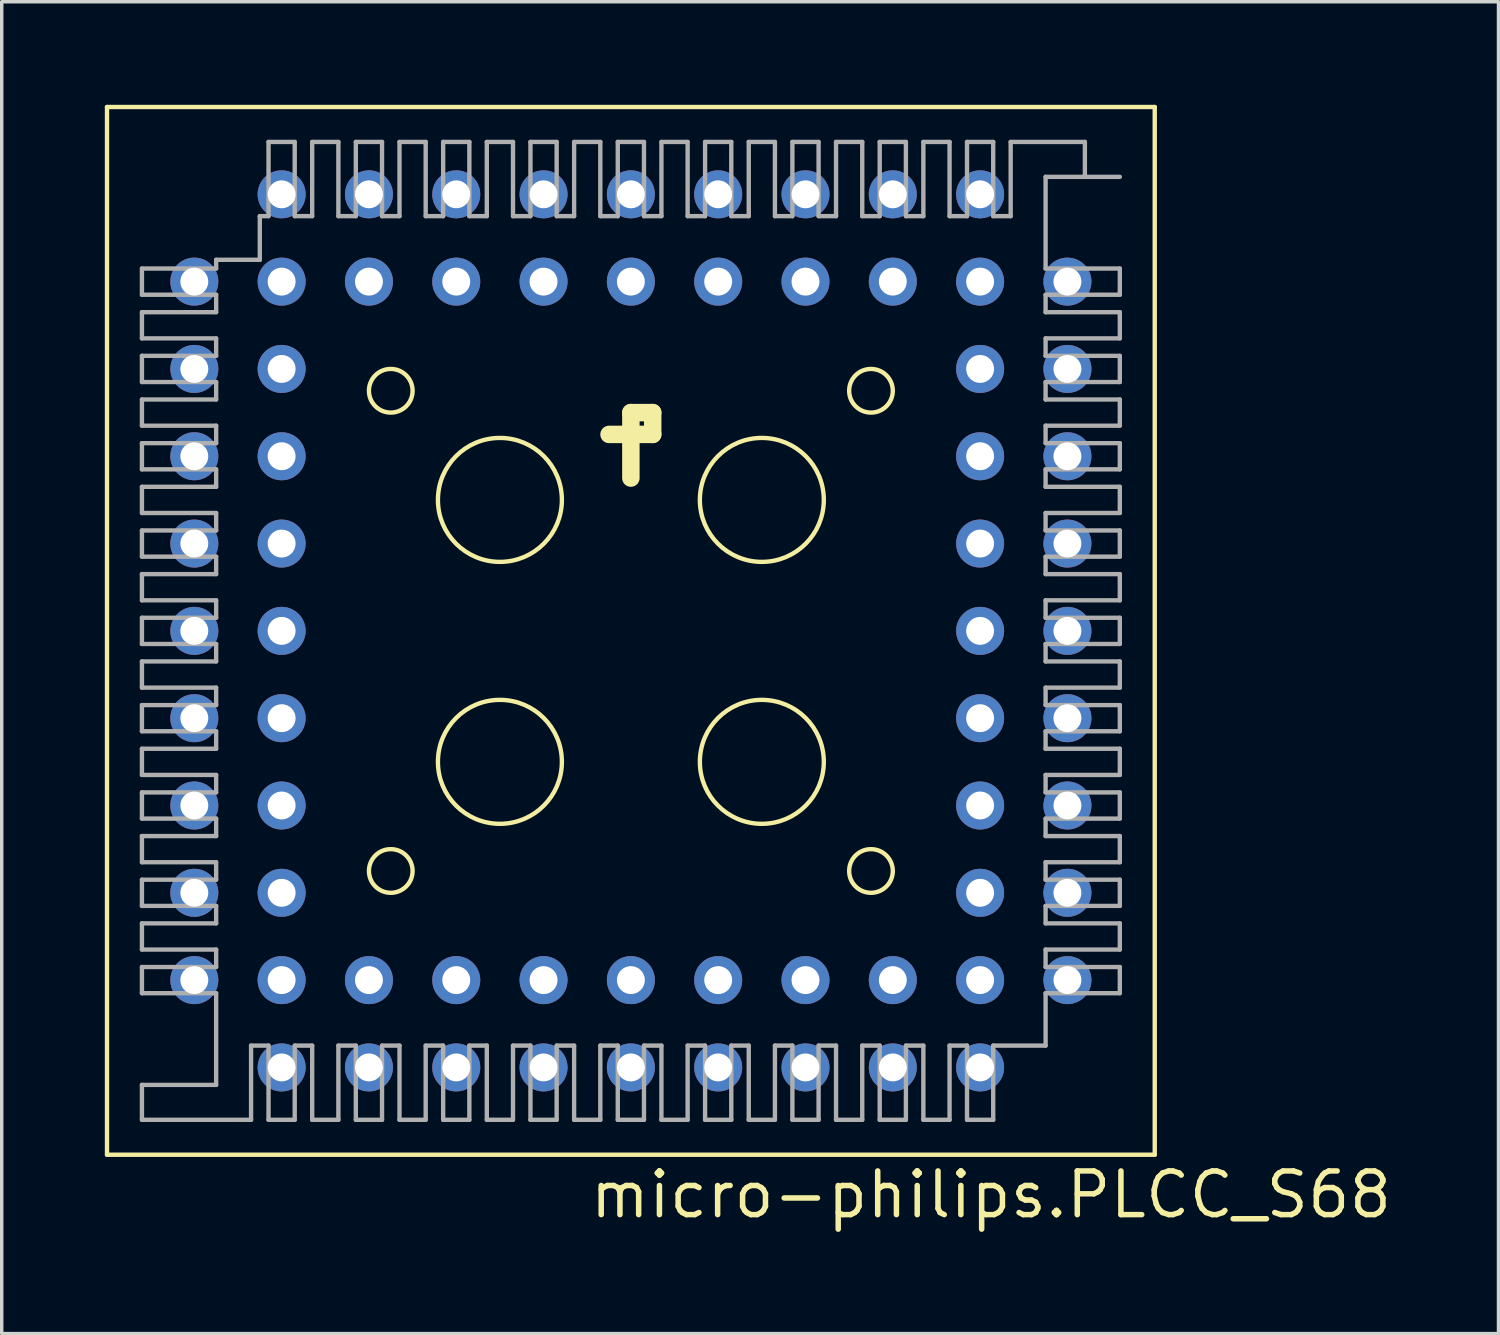
<source format=kicad_pcb>
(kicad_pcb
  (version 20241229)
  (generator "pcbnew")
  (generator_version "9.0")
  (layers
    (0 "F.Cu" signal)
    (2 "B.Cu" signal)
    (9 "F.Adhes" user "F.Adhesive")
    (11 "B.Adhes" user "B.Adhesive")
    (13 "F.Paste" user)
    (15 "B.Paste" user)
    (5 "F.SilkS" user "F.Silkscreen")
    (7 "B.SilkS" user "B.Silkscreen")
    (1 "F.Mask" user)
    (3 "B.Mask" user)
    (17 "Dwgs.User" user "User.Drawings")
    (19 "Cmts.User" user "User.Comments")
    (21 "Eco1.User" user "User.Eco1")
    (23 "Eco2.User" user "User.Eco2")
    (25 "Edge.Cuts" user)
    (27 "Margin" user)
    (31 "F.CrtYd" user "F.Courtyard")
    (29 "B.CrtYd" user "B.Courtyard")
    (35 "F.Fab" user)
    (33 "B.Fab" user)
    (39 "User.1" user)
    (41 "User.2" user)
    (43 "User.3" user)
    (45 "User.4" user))
  (footprint "micro-philips.PLCC_S68"
    (layer "F.Cu")
    (at 15.303 15.303)
    (property "Reference" "micro-philips.PLCC_S68" (at -1.27 17.145 0) (layer "F.SilkS") (effects (font (size 1.27 1.27) (thickness 0.16)) (justify left bottom)))
    (attr through_hole)
    (fp_line (start -15.24 -15.24) (end -15.24 15.24) (stroke (width 0.127) (type default)) (layer "F.SilkS"))
    (fp_line (start -0.635 -5.715) (end 0 -5.715) (stroke (width 0.508) (type default)) (layer "F.SilkS"))
    (fp_line (start 0 -6.35) (end 0.635 -6.35) (stroke (width 0.508) (type default)) (layer "F.SilkS"))
    (fp_line (start 0 -5.715) (end 0 -6.35) (stroke (width 0.508) (type default)) (layer "F.SilkS"))
    (fp_line (start 0 -5.715) (end 0 -4.445) (stroke (width 0.508) (type default)) (layer "F.SilkS"))
    (fp_line (start 0.635 -6.35) (end 0.635 -5.715) (stroke (width 0.508) (type default)) (layer "F.SilkS"))
    (fp_line (start 0.635 -5.715) (end 0 -5.715) (stroke (width 0.508) (type default)) (layer "F.SilkS"))
    (fp_line (start 15.24 -15.24) (end -15.24 -15.24) (stroke (width 0.127) (type default)) (layer "F.SilkS"))
    (fp_line (start 15.24 15.24) (end -15.24 15.24) (stroke (width 0.127) (type default)) (layer "F.SilkS"))
    (fp_line (start 15.24 15.24) (end 15.24 -15.24) (stroke (width 0.127) (type default)) (layer "F.SilkS"))
    (fp_circle (center -6.985 -6.985) (end -6.35 -6.985) (stroke (width 0.127) (type default)) (fill no) (layer "F.SilkS"))
    (fp_circle (center -6.985 6.985) (end -6.35 6.985) (stroke (width 0.127) (type default)) (fill no) (layer "F.SilkS"))
    (fp_circle (center -3.81 -3.81) (end -2.007 -3.81) (stroke (width 0.127) (type default)) (fill no) (layer "F.SilkS"))
    (fp_circle (center -3.81 3.81) (end -2.007 3.81) (stroke (width 0.127) (type default)) (fill no) (layer "F.SilkS"))
    (fp_circle (center 3.81 -3.81) (end 5.613 -3.81) (stroke (width 0.127) (type default)) (fill no) (layer "F.SilkS"))
    (fp_circle (center 3.81 3.81) (end 5.613 3.81) (stroke (width 0.127) (type default)) (fill no) (layer "F.SilkS"))
    (fp_circle (center 6.985 -6.985) (end 7.62 -6.985) (stroke (width 0.127) (type default)) (fill no) (layer "F.SilkS"))
    (fp_circle (center 6.985 6.985) (end 7.62 6.985) (stroke (width 0.127) (type default)) (fill no) (layer "F.SilkS"))
    (fp_line (start -14.224 -10.541) (end -14.224 -9.779) (stroke (width 0.127) (type default)) (layer "F.Fab"))
    (fp_line (start -14.224 -10.541) (end -12.065 -10.541) (stroke (width 0.127) (type default)) (layer "F.Fab"))
    (fp_line (start -14.224 -9.271) (end -14.224 -8.509) (stroke (width 0.127) (type default)) (layer "F.Fab"))
    (fp_line (start -14.224 -9.271) (end -12.065 -9.271) (stroke (width 0.127) (type default)) (layer "F.Fab"))
    (fp_line (start -14.224 -7.239) (end -14.224 -8.001) (stroke (width 0.127) (type default)) (layer "F.Fab"))
    (fp_line (start -14.224 -7.239) (end -12.065 -7.239) (stroke (width 0.127) (type default)) (layer "F.Fab"))
    (fp_line (start -14.224 -6.731) (end -14.224 -5.969) (stroke (width 0.127) (type default)) (layer "F.Fab"))
    (fp_line (start -14.224 -6.731) (end -12.065 -6.731) (stroke (width 0.127) (type default)) (layer "F.Fab"))
    (fp_line (start -14.224 -5.461) (end -14.224 -4.699) (stroke (width 0.127) (type default)) (layer "F.Fab"))
    (fp_line (start -14.224 -5.461) (end -12.065 -5.461) (stroke (width 0.127) (type default)) (layer "F.Fab"))
    (fp_line (start -14.224 -4.191) (end -14.224 -3.429) (stroke (width 0.127) (type default)) (layer "F.Fab"))
    (fp_line (start -14.224 -4.191) (end -12.065 -4.191) (stroke (width 0.127) (type default)) (layer "F.Fab"))
    (fp_line (start -14.224 -2.921) (end -14.224 -2.159) (stroke (width 0.127) (type default)) (layer "F.Fab"))
    (fp_line (start -14.224 -2.921) (end -12.065 -2.921) (stroke (width 0.127) (type default)) (layer "F.Fab"))
    (fp_line (start -14.224 -0.889) (end -14.224 -1.651) (stroke (width 0.127) (type default)) (layer "F.Fab"))
    (fp_line (start -14.224 -0.889) (end -12.065 -0.889) (stroke (width 0.127) (type default)) (layer "F.Fab"))
    (fp_line (start -14.224 0.381) (end -14.224 -0.381) (stroke (width 0.127) (type default)) (layer "F.Fab"))
    (fp_line (start -14.224 0.381) (end -12.065 0.381) (stroke (width 0.127) (type default)) (layer "F.Fab"))
    (fp_line (start -14.224 1.651) (end -14.224 0.889) (stroke (width 0.127) (type default)) (layer "F.Fab"))
    (fp_line (start -14.224 1.651) (end -12.065 1.651) (stroke (width 0.127) (type default)) (layer "F.Fab"))
    (fp_line (start -14.224 2.921) (end -14.224 2.159) (stroke (width 0.127) (type default)) (layer "F.Fab"))
    (fp_line (start -14.224 2.921) (end -12.065 2.921) (stroke (width 0.127) (type default)) (layer "F.Fab"))
    (fp_line (start -14.224 4.191) (end -14.224 3.429) (stroke (width 0.127) (type default)) (layer "F.Fab"))
    (fp_line (start -14.224 4.191) (end -12.065 4.191) (stroke (width 0.127) (type default)) (layer "F.Fab"))
    (fp_line (start -14.224 5.461) (end -14.224 4.699) (stroke (width 0.127) (type default)) (layer "F.Fab"))
    (fp_line (start -14.224 5.461) (end -12.065 5.461) (stroke (width 0.127) (type default)) (layer "F.Fab"))
    (fp_line (start -14.224 5.969) (end -14.224 6.731) (stroke (width 0.127) (type default)) (layer "F.Fab"))
    (fp_line (start -14.224 5.969) (end -12.065 5.969) (stroke (width 0.127) (type default)) (layer "F.Fab"))
    (fp_line (start -14.224 7.239) (end -14.224 8.001) (stroke (width 0.127) (type default)) (layer "F.Fab"))
    (fp_line (start -14.224 7.239) (end -12.065 7.239) (stroke (width 0.127) (type default)) (layer "F.Fab"))
    (fp_line (start -14.224 8.509) (end -14.224 9.271) (stroke (width 0.127) (type default)) (layer "F.Fab"))
    (fp_line (start -14.224 8.509) (end -12.065 8.509) (stroke (width 0.127) (type default)) (layer "F.Fab"))
    (fp_line (start -14.224 9.779) (end -12.065 9.779) (stroke (width 0.127) (type default)) (layer "F.Fab"))
    (fp_line (start -14.224 10.541) (end -14.224 9.779) (stroke (width 0.127) (type default)) (layer "F.Fab"))
    (fp_line (start -14.224 10.541) (end -12.065 10.541) (stroke (width 0.127) (type default)) (layer "F.Fab"))
    (fp_line (start -14.224 13.208) (end -12.065 13.208) (stroke (width 0.127) (type default)) (layer "F.Fab"))
    (fp_line (start -14.224 14.224) (end -14.224 13.208) (stroke (width 0.127) (type default)) (layer "F.Fab"))
    (fp_line (start -14.224 14.224) (end -11.049 14.224) (stroke (width 0.127) (type default)) (layer "F.Fab"))
    (fp_line (start -12.065 -10.795) (end -10.795 -10.795) (stroke (width 0.127) (type default)) (layer "F.Fab"))
    (fp_line (start -12.065 -10.541) (end -12.065 -10.795) (stroke (width 0.127) (type default)) (layer "F.Fab"))
    (fp_line (start -12.065 -9.779) (end -14.224 -9.779) (stroke (width 0.127) (type default)) (layer "F.Fab"))
    (fp_line (start -12.065 -9.779) (end -12.065 -9.271) (stroke (width 0.127) (type default)) (layer "F.Fab"))
    (fp_line (start -12.065 -8.509) (end -14.224 -8.509) (stroke (width 0.127) (type default)) (layer "F.Fab"))
    (fp_line (start -12.065 -8.001) (end -14.224 -8.001) (stroke (width 0.127) (type default)) (layer "F.Fab"))
    (fp_line (start -12.065 -8.001) (end -12.065 -8.509) (stroke (width 0.127) (type default)) (layer "F.Fab"))
    (fp_line (start -12.065 -6.731) (end -12.065 -7.239) (stroke (width 0.127) (type default)) (layer "F.Fab"))
    (fp_line (start -12.065 -5.969) (end -14.224 -5.969) (stroke (width 0.127) (type default)) (layer "F.Fab"))
    (fp_line (start -12.065 -5.969) (end -12.065 -5.461) (stroke (width 0.127) (type default)) (layer "F.Fab"))
    (fp_line (start -12.065 -4.699) (end -14.224 -4.699) (stroke (width 0.127) (type default)) (layer "F.Fab"))
    (fp_line (start -12.065 -4.699) (end -12.065 -4.191) (stroke (width 0.127) (type default)) (layer "F.Fab"))
    (fp_line (start -12.065 -3.429) (end -14.224 -3.429) (stroke (width 0.127) (type default)) (layer "F.Fab"))
    (fp_line (start -12.065 -3.429) (end -12.065 -2.921) (stroke (width 0.127) (type default)) (layer "F.Fab"))
    (fp_line (start -12.065 -2.159) (end -14.224 -2.159) (stroke (width 0.127) (type default)) (layer "F.Fab"))
    (fp_line (start -12.065 -2.159) (end -12.065 -1.651) (stroke (width 0.127) (type default)) (layer "F.Fab"))
    (fp_line (start -12.065 -1.651) (end -14.224 -1.651) (stroke (width 0.127) (type default)) (layer "F.Fab"))
    (fp_line (start -12.065 -0.381) (end -14.224 -0.381) (stroke (width 0.127) (type default)) (layer "F.Fab"))
    (fp_line (start -12.065 -0.381) (end -12.065 -0.889) (stroke (width 0.127) (type default)) (layer "F.Fab"))
    (fp_line (start -12.065 0.889) (end -14.224 0.889) (stroke (width 0.127) (type default)) (layer "F.Fab"))
    (fp_line (start -12.065 0.889) (end -12.065 0.381) (stroke (width 0.127) (type default)) (layer "F.Fab"))
    (fp_line (start -12.065 2.159) (end -14.224 2.159) (stroke (width 0.127) (type default)) (layer "F.Fab"))
    (fp_line (start -12.065 2.159) (end -12.065 1.651) (stroke (width 0.127) (type default)) (layer "F.Fab"))
    (fp_line (start -12.065 3.429) (end -14.224 3.429) (stroke (width 0.127) (type default)) (layer "F.Fab"))
    (fp_line (start -12.065 3.429) (end -12.065 2.921) (stroke (width 0.127) (type default)) (layer "F.Fab"))
    (fp_line (start -12.065 4.699) (end -14.224 4.699) (stroke (width 0.127) (type default)) (layer "F.Fab"))
    (fp_line (start -12.065 4.699) (end -12.065 4.191) (stroke (width 0.127) (type default)) (layer "F.Fab"))
    (fp_line (start -12.065 5.461) (end -12.065 5.969) (stroke (width 0.127) (type default)) (layer "F.Fab"))
    (fp_line (start -12.065 6.731) (end -14.224 6.731) (stroke (width 0.127) (type default)) (layer "F.Fab"))
    (fp_line (start -12.065 6.731) (end -12.065 7.239) (stroke (width 0.127) (type default)) (layer "F.Fab"))
    (fp_line (start -12.065 8.001) (end -14.224 8.001) (stroke (width 0.127) (type default)) (layer "F.Fab"))
    (fp_line (start -12.065 8.001) (end -12.065 8.509) (stroke (width 0.127) (type default)) (layer "F.Fab"))
    (fp_line (start -12.065 9.271) (end -14.224 9.271) (stroke (width 0.127) (type default)) (layer "F.Fab"))
    (fp_line (start -12.065 9.271) (end -12.065 9.779) (stroke (width 0.127) (type default)) (layer "F.Fab"))
    (fp_line (start -12.065 13.208) (end -12.065 10.541) (stroke (width 0.127) (type default)) (layer "F.Fab"))
    (fp_line (start -11.049 12.065) (end -10.541 12.065) (stroke (width 0.127) (type default)) (layer "F.Fab"))
    (fp_line (start -11.049 14.224) (end -11.049 12.065) (stroke (width 0.127) (type default)) (layer "F.Fab"))
    (fp_line (start -10.795 -12.065) (end -10.541 -12.065) (stroke (width 0.127) (type default)) (layer "F.Fab"))
    (fp_line (start -10.795 -10.795) (end -10.795 -12.065) (stroke (width 0.127) (type default)) (layer "F.Fab"))
    (fp_line (start -10.541 -12.065) (end -10.541 -14.224) (stroke (width 0.127) (type default)) (layer "F.Fab"))
    (fp_line (start -10.541 14.224) (end -10.541 12.065) (stroke (width 0.127) (type default)) (layer "F.Fab"))
    (fp_line (start -10.541 14.224) (end -9.779 14.224) (stroke (width 0.127) (type default)) (layer "F.Fab"))
    (fp_line (start -9.779 -14.224) (end -10.541 -14.224) (stroke (width 0.127) (type default)) (layer "F.Fab"))
    (fp_line (start -9.779 -14.224) (end -9.779 -12.065) (stroke (width 0.127) (type default)) (layer "F.Fab"))
    (fp_line (start -9.779 12.065) (end -9.779 14.224) (stroke (width 0.127) (type default)) (layer "F.Fab"))
    (fp_line (start -9.779 12.065) (end -9.271 12.065) (stroke (width 0.127) (type default)) (layer "F.Fab"))
    (fp_line (start -9.271 -12.065) (end -9.779 -12.065) (stroke (width 0.127) (type default)) (layer "F.Fab"))
    (fp_line (start -9.271 -12.065) (end -9.271 -14.224) (stroke (width 0.127) (type default)) (layer "F.Fab"))
    (fp_line (start -9.271 14.224) (end -9.271 12.065) (stroke (width 0.127) (type default)) (layer "F.Fab"))
    (fp_line (start -9.271 14.224) (end -8.509 14.224) (stroke (width 0.127) (type default)) (layer "F.Fab"))
    (fp_line (start -8.509 -14.224) (end -9.271 -14.224) (stroke (width 0.127) (type default)) (layer "F.Fab"))
    (fp_line (start -8.509 -14.224) (end -8.509 -12.065) (stroke (width 0.127) (type default)) (layer "F.Fab"))
    (fp_line (start -8.509 12.065) (end -8.509 14.224) (stroke (width 0.127) (type default)) (layer "F.Fab"))
    (fp_line (start -8.001 -12.065) (end -8.509 -12.065) (stroke (width 0.127) (type default)) (layer "F.Fab"))
    (fp_line (start -8.001 -12.065) (end -8.001 -14.224) (stroke (width 0.127) (type default)) (layer "F.Fab"))
    (fp_line (start -8.001 12.065) (end -8.509 12.065) (stroke (width 0.127) (type default)) (layer "F.Fab"))
    (fp_line (start -8.001 12.065) (end -8.001 14.224) (stroke (width 0.127) (type default)) (layer "F.Fab"))
    (fp_line (start -7.239 -14.224) (end -8.001 -14.224) (stroke (width 0.127) (type default)) (layer "F.Fab"))
    (fp_line (start -7.239 -14.224) (end -7.239 -12.065) (stroke (width 0.127) (type default)) (layer "F.Fab"))
    (fp_line (start -7.239 14.224) (end -8.001 14.224) (stroke (width 0.127) (type default)) (layer "F.Fab"))
    (fp_line (start -7.239 14.224) (end -7.239 12.065) (stroke (width 0.127) (type default)) (layer "F.Fab"))
    (fp_line (start -6.731 -12.065) (end -7.239 -12.065) (stroke (width 0.127) (type default)) (layer "F.Fab"))
    (fp_line (start -6.731 -12.065) (end -6.731 -14.224) (stroke (width 0.127) (type default)) (layer "F.Fab"))
    (fp_line (start -6.731 12.065) (end -7.239 12.065) (stroke (width 0.127) (type default)) (layer "F.Fab"))
    (fp_line (start -6.731 14.224) (end -6.731 12.065) (stroke (width 0.127) (type default)) (layer "F.Fab"))
    (fp_line (start -6.731 14.224) (end -5.969 14.224) (stroke (width 0.127) (type default)) (layer "F.Fab"))
    (fp_line (start -5.969 -14.224) (end -6.731 -14.224) (stroke (width 0.127) (type default)) (layer "F.Fab"))
    (fp_line (start -5.969 -14.224) (end -5.969 -12.065) (stroke (width 0.127) (type default)) (layer "F.Fab"))
    (fp_line (start -5.969 12.065) (end -5.969 14.224) (stroke (width 0.127) (type default)) (layer "F.Fab"))
    (fp_line (start -5.969 12.065) (end -5.461 12.065) (stroke (width 0.127) (type default)) (layer "F.Fab"))
    (fp_line (start -5.461 -12.065) (end -5.969 -12.065) (stroke (width 0.127) (type default)) (layer "F.Fab"))
    (fp_line (start -5.461 -12.065) (end -5.461 -14.224) (stroke (width 0.127) (type default)) (layer "F.Fab"))
    (fp_line (start -5.461 14.224) (end -5.461 12.065) (stroke (width 0.127) (type default)) (layer "F.Fab"))
    (fp_line (start -5.461 14.224) (end -4.699 14.224) (stroke (width 0.127) (type default)) (layer "F.Fab"))
    (fp_line (start -4.699 -14.224) (end -5.461 -14.224) (stroke (width 0.127) (type default)) (layer "F.Fab"))
    (fp_line (start -4.699 -14.224) (end -4.699 -12.065) (stroke (width 0.127) (type default)) (layer "F.Fab"))
    (fp_line (start -4.699 12.065) (end -4.699 14.224) (stroke (width 0.127) (type default)) (layer "F.Fab"))
    (fp_line (start -4.699 12.065) (end -4.191 12.065) (stroke (width 0.127) (type default)) (layer "F.Fab"))
    (fp_line (start -4.191 -12.065) (end -4.699 -12.065) (stroke (width 0.127) (type default)) (layer "F.Fab"))
    (fp_line (start -4.191 -12.065) (end -4.191 -14.224) (stroke (width 0.127) (type default)) (layer "F.Fab"))
    (fp_line (start -4.191 14.224) (end -4.191 12.065) (stroke (width 0.127) (type default)) (layer "F.Fab"))
    (fp_line (start -4.191 14.224) (end -3.429 14.224) (stroke (width 0.127) (type default)) (layer "F.Fab"))
    (fp_line (start -3.429 -14.224) (end -4.191 -14.224) (stroke (width 0.127) (type default)) (layer "F.Fab"))
    (fp_line (start -3.429 -14.224) (end -3.429 -12.065) (stroke (width 0.127) (type default)) (layer "F.Fab"))
    (fp_line (start -3.429 12.065) (end -3.429 14.224) (stroke (width 0.127) (type default)) (layer "F.Fab"))
    (fp_line (start -3.429 12.065) (end -2.921 12.065) (stroke (width 0.127) (type default)) (layer "F.Fab"))
    (fp_line (start -2.921 -12.065) (end -3.429 -12.065) (stroke (width 0.127) (type default)) (layer "F.Fab"))
    (fp_line (start -2.921 -12.065) (end -2.921 -14.224) (stroke (width 0.127) (type default)) (layer "F.Fab"))
    (fp_line (start -2.921 14.224) (end -2.921 12.065) (stroke (width 0.127) (type default)) (layer "F.Fab"))
    (fp_line (start -2.921 14.224) (end -2.159 14.224) (stroke (width 0.127) (type default)) (layer "F.Fab"))
    (fp_line (start -2.159 -14.224) (end -2.921 -14.224) (stroke (width 0.127) (type default)) (layer "F.Fab"))
    (fp_line (start -2.159 -14.224) (end -2.159 -12.065) (stroke (width 0.127) (type default)) (layer "F.Fab"))
    (fp_line (start -2.159 12.065) (end -2.159 14.224) (stroke (width 0.127) (type default)) (layer "F.Fab"))
    (fp_line (start -2.159 12.065) (end -1.651 12.065) (stroke (width 0.127) (type default)) (layer "F.Fab"))
    (fp_line (start -1.651 -12.065) (end -2.159 -12.065) (stroke (width 0.127) (type default)) (layer "F.Fab"))
    (fp_line (start -1.651 -12.065) (end -1.651 -14.224) (stroke (width 0.127) (type default)) (layer "F.Fab"))
    (fp_line (start -1.651 14.224) (end -1.651 12.065) (stroke (width 0.127) (type default)) (layer "F.Fab"))
    (fp_line (start -1.651 14.224) (end -0.889 14.224) (stroke (width 0.127) (type default)) (layer "F.Fab"))
    (fp_line (start -0.889 -14.224) (end -1.651 -14.224) (stroke (width 0.127) (type default)) (layer "F.Fab"))
    (fp_line (start -0.889 -14.224) (end -0.889 -12.065) (stroke (width 0.127) (type default)) (layer "F.Fab"))
    (fp_line (start -0.889 12.065) (end -0.889 14.224) (stroke (width 0.127) (type default)) (layer "F.Fab"))
    (fp_line (start -0.889 12.065) (end -0.381 12.065) (stroke (width 0.127) (type default)) (layer "F.Fab"))
    (fp_line (start -0.381 -12.065) (end -0.889 -12.065) (stroke (width 0.127) (type default)) (layer "F.Fab"))
    (fp_line (start -0.381 -12.065) (end -0.381 -14.224) (stroke (width 0.127) (type default)) (layer "F.Fab"))
    (fp_line (start -0.381 14.224) (end -0.381 12.065) (stroke (width 0.127) (type default)) (layer "F.Fab"))
    (fp_line (start -0.381 14.224) (end 0.381 14.224) (stroke (width 0.127) (type default)) (layer "F.Fab"))
    (fp_line (start 0.381 -14.224) (end -0.381 -14.224) (stroke (width 0.127) (type default)) (layer "F.Fab"))
    (fp_line (start 0.381 -14.224) (end 0.381 -12.065) (stroke (width 0.127) (type default)) (layer "F.Fab"))
    (fp_line (start 0.381 12.065) (end 0.381 14.224) (stroke (width 0.127) (type default)) (layer "F.Fab"))
    (fp_line (start 0.381 12.065) (end 0.889 12.065) (stroke (width 0.127) (type default)) (layer "F.Fab"))
    (fp_line (start 0.889 -12.065) (end 0.381 -12.065) (stroke (width 0.127) (type default)) (layer "F.Fab"))
    (fp_line (start 0.889 -12.065) (end 0.889 -14.224) (stroke (width 0.127) (type default)) (layer "F.Fab"))
    (fp_line (start 0.889 14.224) (end 0.889 12.065) (stroke (width 0.127) (type default)) (layer "F.Fab"))
    (fp_line (start 0.889 14.224) (end 1.651 14.224) (stroke (width 0.127) (type default)) (layer "F.Fab"))
    (fp_line (start 1.651 -14.224) (end 0.889 -14.224) (stroke (width 0.127) (type default)) (layer "F.Fab"))
    (fp_line (start 1.651 -14.224) (end 1.651 -12.065) (stroke (width 0.127) (type default)) (layer "F.Fab"))
    (fp_line (start 1.651 12.065) (end 1.651 14.224) (stroke (width 0.127) (type default)) (layer "F.Fab"))
    (fp_line (start 1.651 12.065) (end 2.159 12.065) (stroke (width 0.127) (type default)) (layer "F.Fab"))
    (fp_line (start 2.159 -12.065) (end 1.651 -12.065) (stroke (width 0.127) (type default)) (layer "F.Fab"))
    (fp_line (start 2.159 -12.065) (end 2.159 -14.224) (stroke (width 0.127) (type default)) (layer "F.Fab"))
    (fp_line (start 2.159 14.224) (end 2.159 12.065) (stroke (width 0.127) (type default)) (layer "F.Fab"))
    (fp_line (start 2.159 14.224) (end 2.921 14.224) (stroke (width 0.127) (type default)) (layer "F.Fab"))
    (fp_line (start 2.921 -14.224) (end 2.159 -14.224) (stroke (width 0.127) (type default)) (layer "F.Fab"))
    (fp_line (start 2.921 -14.224) (end 2.921 -12.065) (stroke (width 0.127) (type default)) (layer "F.Fab"))
    (fp_line (start 2.921 12.065) (end 2.921 14.224) (stroke (width 0.127) (type default)) (layer "F.Fab"))
    (fp_line (start 2.921 12.065) (end 3.429 12.065) (stroke (width 0.127) (type default)) (layer "F.Fab"))
    (fp_line (start 3.429 -12.065) (end 2.921 -12.065) (stroke (width 0.127) (type default)) (layer "F.Fab"))
    (fp_line (start 3.429 -12.065) (end 3.429 -14.224) (stroke (width 0.127) (type default)) (layer "F.Fab"))
    (fp_line (start 3.429 14.224) (end 3.429 12.065) (stroke (width 0.127) (type default)) (layer "F.Fab"))
    (fp_line (start 3.429 14.224) (end 4.191 14.224) (stroke (width 0.127) (type default)) (layer "F.Fab"))
    (fp_line (start 4.191 -14.224) (end 3.429 -14.224) (stroke (width 0.127) (type default)) (layer "F.Fab"))
    (fp_line (start 4.191 -14.224) (end 4.191 -12.065) (stroke (width 0.127) (type default)) (layer "F.Fab"))
    (fp_line (start 4.191 12.065) (end 4.191 14.224) (stroke (width 0.127) (type default)) (layer "F.Fab"))
    (fp_line (start 4.191 12.065) (end 4.699 12.065) (stroke (width 0.127) (type default)) (layer "F.Fab"))
    (fp_line (start 4.699 -12.065) (end 4.191 -12.065) (stroke (width 0.127) (type default)) (layer "F.Fab"))
    (fp_line (start 4.699 -12.065) (end 4.699 -14.224) (stroke (width 0.127) (type default)) (layer "F.Fab"))
    (fp_line (start 4.699 14.224) (end 4.699 12.065) (stroke (width 0.127) (type default)) (layer "F.Fab"))
    (fp_line (start 4.699 14.224) (end 5.461 14.224) (stroke (width 0.127) (type default)) (layer "F.Fab"))
    (fp_line (start 5.461 -14.224) (end 4.699 -14.224) (stroke (width 0.127) (type default)) (layer "F.Fab"))
    (fp_line (start 5.461 -14.224) (end 5.461 -12.065) (stroke (width 0.127) (type default)) (layer "F.Fab"))
    (fp_line (start 5.461 12.065) (end 5.461 14.224) (stroke (width 0.127) (type default)) (layer "F.Fab"))
    (fp_line (start 5.461 12.065) (end 5.969 12.065) (stroke (width 0.127) (type default)) (layer "F.Fab"))
    (fp_line (start 5.969 -12.065) (end 5.461 -12.065) (stroke (width 0.127) (type default)) (layer "F.Fab"))
    (fp_line (start 5.969 -12.065) (end 5.969 -14.224) (stroke (width 0.127) (type default)) (layer "F.Fab"))
    (fp_line (start 5.969 14.224) (end 5.969 12.065) (stroke (width 0.127) (type default)) (layer "F.Fab"))
    (fp_line (start 5.969 14.224) (end 6.731 14.224) (stroke (width 0.127) (type default)) (layer "F.Fab"))
    (fp_line (start 6.731 -14.224) (end 5.969 -14.224) (stroke (width 0.127) (type default)) (layer "F.Fab"))
    (fp_line (start 6.731 -14.224) (end 6.731 -12.065) (stroke (width 0.127) (type default)) (layer "F.Fab"))
    (fp_line (start 6.731 -12.065) (end 7.239 -12.065) (stroke (width 0.127) (type default)) (layer "F.Fab"))
    (fp_line (start 6.731 12.065) (end 6.731 14.224) (stroke (width 0.127) (type default)) (layer "F.Fab"))
    (fp_line (start 6.731 12.065) (end 7.239 12.065) (stroke (width 0.127) (type default)) (layer "F.Fab"))
    (fp_line (start 7.239 -14.224) (end 7.239 -12.065) (stroke (width 0.127) (type default)) (layer "F.Fab"))
    (fp_line (start 7.239 -14.224) (end 8.001 -14.224) (stroke (width 0.127) (type default)) (layer "F.Fab"))
    (fp_line (start 7.239 14.224) (end 7.239 12.065) (stroke (width 0.127) (type default)) (layer "F.Fab"))
    (fp_line (start 7.239 14.224) (end 8.001 14.224) (stroke (width 0.127) (type default)) (layer "F.Fab"))
    (fp_line (start 8.001 -12.065) (end 8.001 -14.224) (stroke (width 0.127) (type default)) (layer "F.Fab"))
    (fp_line (start 8.001 -12.065) (end 8.509 -12.065) (stroke (width 0.127) (type default)) (layer "F.Fab"))
    (fp_line (start 8.001 12.065) (end 8.001 14.224) (stroke (width 0.127) (type default)) (layer "F.Fab"))
    (fp_line (start 8.001 12.065) (end 8.509 12.065) (stroke (width 0.127) (type default)) (layer "F.Fab"))
    (fp_line (start 8.509 -12.065) (end 8.509 -14.224) (stroke (width 0.127) (type default)) (layer "F.Fab"))
    (fp_line (start 8.509 14.224) (end 8.509 12.065) (stroke (width 0.127) (type default)) (layer "F.Fab"))
    (fp_line (start 8.509 14.224) (end 9.271 14.224) (stroke (width 0.127) (type default)) (layer "F.Fab"))
    (fp_line (start 9.271 -14.224) (end 8.509 -14.224) (stroke (width 0.127) (type default)) (layer "F.Fab"))
    (fp_line (start 9.271 -14.224) (end 9.271 -12.065) (stroke (width 0.127) (type default)) (layer "F.Fab"))
    (fp_line (start 9.271 14.224) (end 9.271 12.065) (stroke (width 0.127) (type default)) (layer "F.Fab"))
    (fp_line (start 9.779 -12.065) (end 9.271 -12.065) (stroke (width 0.127) (type default)) (layer "F.Fab"))
    (fp_line (start 9.779 -12.065) (end 9.779 -14.224) (stroke (width 0.127) (type default)) (layer "F.Fab"))
    (fp_line (start 9.779 12.065) (end 9.271 12.065) (stroke (width 0.127) (type default)) (layer "F.Fab"))
    (fp_line (start 9.779 14.224) (end 9.779 12.065) (stroke (width 0.127) (type default)) (layer "F.Fab"))
    (fp_line (start 9.779 14.224) (end 10.541 14.224) (stroke (width 0.127) (type default)) (layer "F.Fab"))
    (fp_line (start 10.541 -14.224) (end 9.779 -14.224) (stroke (width 0.127) (type default)) (layer "F.Fab"))
    (fp_line (start 10.541 -14.224) (end 10.541 -12.065) (stroke (width 0.127) (type default)) (layer "F.Fab"))
    (fp_line (start 10.541 12.065) (end 10.541 14.224) (stroke (width 0.127) (type default)) (layer "F.Fab"))
    (fp_line (start 10.541 12.065) (end 12.065 12.065) (stroke (width 0.127) (type default)) (layer "F.Fab"))
    (fp_line (start 11.049 -14.224) (end 11.049 -12.065) (stroke (width 0.127) (type default)) (layer "F.Fab"))
    (fp_line (start 11.049 -12.065) (end 10.541 -12.065) (stroke (width 0.127) (type default)) (layer "F.Fab"))
    (fp_line (start 12.065 -13.208) (end 12.065 -10.541) (stroke (width 0.127) (type default)) (layer "F.Fab"))
    (fp_line (start 12.065 -9.779) (end 12.065 -9.271) (stroke (width 0.127) (type default)) (layer "F.Fab"))
    (fp_line (start 12.065 -9.779) (end 14.224 -9.779) (stroke (width 0.127) (type default)) (layer "F.Fab"))
    (fp_line (start 12.065 -9.271) (end 14.224 -9.271) (stroke (width 0.127) (type default)) (layer "F.Fab"))
    (fp_line (start 12.065 -8.001) (end 12.065 -8.509) (stroke (width 0.127) (type default)) (layer "F.Fab"))
    (fp_line (start 12.065 -8.001) (end 14.224 -8.001) (stroke (width 0.127) (type default)) (layer "F.Fab"))
    (fp_line (start 12.065 -6.731) (end 12.065 -7.239) (stroke (width 0.127) (type default)) (layer "F.Fab"))
    (fp_line (start 12.065 -6.731) (end 14.224 -6.731) (stroke (width 0.127) (type default)) (layer "F.Fab"))
    (fp_line (start 12.065 -5.461) (end 12.065 -5.969) (stroke (width 0.127) (type default)) (layer "F.Fab"))
    (fp_line (start 12.065 -4.699) (end 12.065 -4.191) (stroke (width 0.127) (type default)) (layer "F.Fab"))
    (fp_line (start 12.065 -4.699) (end 14.224 -4.699) (stroke (width 0.127) (type default)) (layer "F.Fab"))
    (fp_line (start 12.065 -3.429) (end 12.065 -2.921) (stroke (width 0.127) (type default)) (layer "F.Fab"))
    (fp_line (start 12.065 -3.429) (end 14.224 -3.429) (stroke (width 0.127) (type default)) (layer "F.Fab"))
    (fp_line (start 12.065 -2.159) (end 12.065 -1.651) (stroke (width 0.127) (type default)) (layer "F.Fab"))
    (fp_line (start 12.065 -2.159) (end 14.224 -2.159) (stroke (width 0.127) (type default)) (layer "F.Fab"))
    (fp_line (start 12.065 -0.889) (end 12.065 -0.381) (stroke (width 0.127) (type default)) (layer "F.Fab"))
    (fp_line (start 12.065 -0.889) (end 14.224 -0.889) (stroke (width 0.127) (type default)) (layer "F.Fab"))
    (fp_line (start 12.065 0.381) (end 12.065 0.889) (stroke (width 0.127) (type default)) (layer "F.Fab"))
    (fp_line (start 12.065 0.381) (end 14.224 0.381) (stroke (width 0.127) (type default)) (layer "F.Fab"))
    (fp_line (start 12.065 1.651) (end 12.065 2.159) (stroke (width 0.127) (type default)) (layer "F.Fab"))
    (fp_line (start 12.065 1.651) (end 14.224 1.651) (stroke (width 0.127) (type default)) (layer "F.Fab"))
    (fp_line (start 12.065 2.159) (end 14.224 2.159) (stroke (width 0.127) (type default)) (layer "F.Fab"))
    (fp_line (start 12.065 3.429) (end 12.065 2.921) (stroke (width 0.127) (type default)) (layer "F.Fab"))
    (fp_line (start 12.065 3.429) (end 14.224 3.429) (stroke (width 0.127) (type default)) (layer "F.Fab"))
    (fp_line (start 12.065 4.699) (end 12.065 4.191) (stroke (width 0.127) (type default)) (layer "F.Fab"))
    (fp_line (start 12.065 4.699) (end 14.224 4.699) (stroke (width 0.127) (type default)) (layer "F.Fab"))
    (fp_line (start 12.065 5.969) (end 12.065 5.461) (stroke (width 0.127) (type default)) (layer "F.Fab"))
    (fp_line (start 12.065 5.969) (end 14.224 5.969) (stroke (width 0.127) (type default)) (layer "F.Fab"))
    (fp_line (start 12.065 6.731) (end 12.065 7.239) (stroke (width 0.127) (type default)) (layer "F.Fab"))
    (fp_line (start 12.065 8.001) (end 12.065 8.509) (stroke (width 0.127) (type default)) (layer "F.Fab"))
    (fp_line (start 12.065 8.001) (end 14.224 8.001) (stroke (width 0.127) (type default)) (layer "F.Fab"))
    (fp_line (start 12.065 8.509) (end 14.224 8.509) (stroke (width 0.127) (type default)) (layer "F.Fab"))
    (fp_line (start 12.065 9.779) (end 12.065 9.271) (stroke (width 0.127) (type default)) (layer "F.Fab"))
    (fp_line (start 12.065 9.779) (end 14.224 9.779) (stroke (width 0.127) (type default)) (layer "F.Fab"))
    (fp_line (start 12.065 12.065) (end 12.065 10.541) (stroke (width 0.127) (type default)) (layer "F.Fab"))
    (fp_line (start 13.208 -14.224) (end 11.049 -14.224) (stroke (width 0.127) (type default)) (layer "F.Fab"))
    (fp_line (start 13.208 -13.208) (end 12.065 -13.208) (stroke (width 0.127) (type default)) (layer "F.Fab"))
    (fp_line (start 13.208 -13.208) (end 13.208 -14.224) (stroke (width 0.127) (type default)) (layer "F.Fab"))
    (fp_line (start 14.224 -13.208) (end 13.208 -13.208) (stroke (width 0.127) (type default)) (layer "F.Fab"))
    (fp_line (start 14.224 -10.541) (end 12.065 -10.541) (stroke (width 0.127) (type default)) (layer "F.Fab"))
    (fp_line (start 14.224 -10.541) (end 14.224 -9.779) (stroke (width 0.127) (type default)) (layer "F.Fab"))
    (fp_line (start 14.224 -8.509) (end 12.065 -8.509) (stroke (width 0.127) (type default)) (layer "F.Fab"))
    (fp_line (start 14.224 -8.509) (end 14.224 -9.271) (stroke (width 0.127) (type default)) (layer "F.Fab"))
    (fp_line (start 14.224 -7.239) (end 12.065 -7.239) (stroke (width 0.127) (type default)) (layer "F.Fab"))
    (fp_line (start 14.224 -7.239) (end 14.224 -8.001) (stroke (width 0.127) (type default)) (layer "F.Fab"))
    (fp_line (start 14.224 -5.969) (end 12.065 -5.969) (stroke (width 0.127) (type default)) (layer "F.Fab"))
    (fp_line (start 14.224 -5.969) (end 14.224 -6.731) (stroke (width 0.127) (type default)) (layer "F.Fab"))
    (fp_line (start 14.224 -5.461) (end 12.065 -5.461) (stroke (width 0.127) (type default)) (layer "F.Fab"))
    (fp_line (start 14.224 -5.461) (end 14.224 -4.699) (stroke (width 0.127) (type default)) (layer "F.Fab"))
    (fp_line (start 14.224 -4.191) (end 12.065 -4.191) (stroke (width 0.127) (type default)) (layer "F.Fab"))
    (fp_line (start 14.224 -4.191) (end 14.224 -3.429) (stroke (width 0.127) (type default)) (layer "F.Fab"))
    (fp_line (start 14.224 -2.921) (end 12.065 -2.921) (stroke (width 0.127) (type default)) (layer "F.Fab"))
    (fp_line (start 14.224 -2.921) (end 14.224 -2.159) (stroke (width 0.127) (type default)) (layer "F.Fab"))
    (fp_line (start 14.224 -1.651) (end 12.065 -1.651) (stroke (width 0.127) (type default)) (layer "F.Fab"))
    (fp_line (start 14.224 -1.651) (end 14.224 -0.889) (stroke (width 0.127) (type default)) (layer "F.Fab"))
    (fp_line (start 14.224 -0.381) (end 12.065 -0.381) (stroke (width 0.127) (type default)) (layer "F.Fab"))
    (fp_line (start 14.224 -0.381) (end 14.224 0.381) (stroke (width 0.127) (type default)) (layer "F.Fab"))
    (fp_line (start 14.224 0.889) (end 12.065 0.889) (stroke (width 0.127) (type default)) (layer "F.Fab"))
    (fp_line (start 14.224 0.889) (end 14.224 1.651) (stroke (width 0.127) (type default)) (layer "F.Fab"))
    (fp_line (start 14.224 2.921) (end 12.065 2.921) (stroke (width 0.127) (type default)) (layer "F.Fab"))
    (fp_line (start 14.224 2.921) (end 14.224 2.159) (stroke (width 0.127) (type default)) (layer "F.Fab"))
    (fp_line (start 14.224 4.191) (end 12.065 4.191) (stroke (width 0.127) (type default)) (layer "F.Fab"))
    (fp_line (start 14.224 4.191) (end 14.224 3.429) (stroke (width 0.127) (type default)) (layer "F.Fab"))
    (fp_line (start 14.224 5.461) (end 12.065 5.461) (stroke (width 0.127) (type default)) (layer "F.Fab"))
    (fp_line (start 14.224 5.461) (end 14.224 4.699) (stroke (width 0.127) (type default)) (layer "F.Fab"))
    (fp_line (start 14.224 6.731) (end 12.065 6.731) (stroke (width 0.127) (type default)) (layer "F.Fab"))
    (fp_line (start 14.224 6.731) (end 14.224 5.969) (stroke (width 0.127) (type default)) (layer "F.Fab"))
    (fp_line (start 14.224 7.239) (end 12.065 7.239) (stroke (width 0.127) (type default)) (layer "F.Fab"))
    (fp_line (start 14.224 7.239) (end 14.224 8.001) (stroke (width 0.127) (type default)) (layer "F.Fab"))
    (fp_line (start 14.224 9.271) (end 12.065 9.271) (stroke (width 0.127) (type default)) (layer "F.Fab"))
    (fp_line (start 14.224 9.271) (end 14.224 8.509) (stroke (width 0.127) (type default)) (layer "F.Fab"))
    (fp_line (start 14.224 10.541) (end 12.065 10.541) (stroke (width 0.127) (type default)) (layer "F.Fab"))
    (fp_line (start 14.224 10.541) (end 14.224 9.779) (stroke (width 0.127) (type default)) (layer "F.Fab"))
    (pad "1" thru_hole circle (at 0 -12.7) (size 1.397 1.397) (drill 0.813) (layers "*.Cu" "*.Mask"))
    (pad "2" thru_hole circle (at 0 -10.16) (size 1.397 1.397) (drill 0.813) (layers "*.Cu" "*.Mask"))
    (pad "3" thru_hole circle (at -2.54 -12.7) (size 1.397 1.397) (drill 0.813) (layers "*.Cu" "*.Mask"))
    (pad "4" thru_hole circle (at -2.54 -10.16) (size 1.397 1.397) (drill 0.813) (layers "*.Cu" "*.Mask"))
    (pad "5" thru_hole circle (at -5.08 -12.7) (size 1.397 1.397) (drill 0.813) (layers "*.Cu" "*.Mask"))
    (pad "6" thru_hole circle (at -5.08 -10.16) (size 1.397 1.397) (drill 0.813) (layers "*.Cu" "*.Mask"))
    (pad "7" thru_hole circle (at -7.62 -12.7) (size 1.397 1.397) (drill 0.813) (layers "*.Cu" "*.Mask"))
    (pad "8" thru_hole circle (at -7.62 -10.16) (size 1.397 1.397) (drill 0.813) (layers "*.Cu" "*.Mask"))
    (pad "9" thru_hole circle (at -10.16 -12.7) (size 1.397 1.397) (drill 0.813) (layers "*.Cu" "*.Mask"))
    (pad "10" thru_hole circle (at -12.7 -10.16) (size 1.397 1.397) (drill 0.813) (layers "*.Cu" "*.Mask"))
    (pad "11" thru_hole circle (at -10.16 -10.16) (size 1.397 1.397) (drill 0.813) (layers "*.Cu" "*.Mask"))
    (pad "12" thru_hole circle (at -12.7 -7.62) (size 1.397 1.397) (drill 0.813) (layers "*.Cu" "*.Mask"))
    (pad "13" thru_hole circle (at -10.16 -7.62) (size 1.397 1.397) (drill 0.813) (layers "*.Cu" "*.Mask"))
    (pad "14" thru_hole circle (at -12.7 -5.08) (size 1.397 1.397) (drill 0.813) (layers "*.Cu" "*.Mask"))
    (pad "15" thru_hole circle (at -10.16 -5.08) (size 1.397 1.397) (drill 0.813) (layers "*.Cu" "*.Mask"))
    (pad "16" thru_hole circle (at -12.7 -2.54) (size 1.397 1.397) (drill 0.813) (layers "*.Cu" "*.Mask"))
    (pad "17" thru_hole circle (at -10.16 -2.54) (size 1.397 1.397) (drill 0.813) (layers "*.Cu" "*.Mask"))
    (pad "18" thru_hole circle (at -12.7 0) (size 1.397 1.397) (drill 0.813) (layers "*.Cu" "*.Mask"))
    (pad "19" thru_hole circle (at -10.16 0) (size 1.397 1.397) (drill 0.813) (layers "*.Cu" "*.Mask"))
    (pad "20" thru_hole circle (at -12.7 2.54) (size 1.397 1.397) (drill 0.813) (layers "*.Cu" "*.Mask"))
    (pad "21" thru_hole circle (at -10.16 2.54) (size 1.397 1.397) (drill 0.813) (layers "*.Cu" "*.Mask"))
    (pad "22" thru_hole circle (at -12.7 5.08) (size 1.397 1.397) (drill 0.813) (layers "*.Cu" "*.Mask"))
    (pad "23" thru_hole circle (at -10.16 5.08) (size 1.397 1.397) (drill 0.813) (layers "*.Cu" "*.Mask"))
    (pad "24" thru_hole circle (at -12.7 7.62) (size 1.397 1.397) (drill 0.813) (layers "*.Cu" "*.Mask"))
    (pad "25" thru_hole circle (at -10.16 7.62) (size 1.397 1.397) (drill 0.813) (layers "*.Cu" "*.Mask"))
    (pad "26" thru_hole circle (at -12.7 10.16) (size 1.397 1.397) (drill 0.813) (layers "*.Cu" "*.Mask"))
    (pad "27" thru_hole circle (at -10.16 12.7) (size 1.397 1.397) (drill 0.813) (layers "*.Cu" "*.Mask"))
    (pad "28" thru_hole circle (at -10.16 10.16) (size 1.397 1.397) (drill 0.813) (layers "*.Cu" "*.Mask"))
    (pad "29" thru_hole circle (at -7.62 12.7) (size 1.397 1.397) (drill 0.813) (layers "*.Cu" "*.Mask"))
    (pad "30" thru_hole circle (at -7.62 10.16) (size 1.397 1.397) (drill 0.813) (layers "*.Cu" "*.Mask"))
    (pad "31" thru_hole circle (at -5.08 12.7) (size 1.397 1.397) (drill 0.813) (layers "*.Cu" "*.Mask"))
    (pad "32" thru_hole circle (at -5.08 10.16) (size 1.397 1.397) (drill 0.813) (layers "*.Cu" "*.Mask"))
    (pad "33" thru_hole circle (at -2.54 12.7) (size 1.397 1.397) (drill 0.813) (layers "*.Cu" "*.Mask"))
    (pad "34" thru_hole circle (at -2.54 10.16) (size 1.397 1.397) (drill 0.813) (layers "*.Cu" "*.Mask"))
    (pad "35" thru_hole circle (at 0 12.7) (size 1.397 1.397) (drill 0.813) (layers "*.Cu" "*.Mask"))
    (pad "36" thru_hole circle (at 0 10.16) (size 1.397 1.397) (drill 0.813) (layers "*.Cu" "*.Mask"))
    (pad "37" thru_hole circle (at 2.54 12.7) (size 1.397 1.397) (drill 0.813) (layers "*.Cu" "*.Mask"))
    (pad "38" thru_hole circle (at 2.54 10.16) (size 1.397 1.397) (drill 0.813) (layers "*.Cu" "*.Mask"))
    (pad "39" thru_hole circle (at 5.08 12.7) (size 1.397 1.397) (drill 0.813) (layers "*.Cu" "*.Mask"))
    (pad "40" thru_hole circle (at 5.08 10.16) (size 1.397 1.397) (drill 0.813) (layers "*.Cu" "*.Mask"))
    (pad "41" thru_hole circle (at 7.62 12.7) (size 1.397 1.397) (drill 0.813) (layers "*.Cu" "*.Mask"))
    (pad "42" thru_hole circle (at 7.62 10.16) (size 1.397 1.397) (drill 0.813) (layers "*.Cu" "*.Mask"))
    (pad "43" thru_hole circle (at 10.16 12.7) (size 1.397 1.397) (drill 0.813) (layers "*.Cu" "*.Mask"))
    (pad "44" thru_hole circle (at 12.7 10.16) (size 1.397 1.397) (drill 0.813) (layers "*.Cu" "*.Mask"))
    (pad "45" thru_hole circle (at 10.16 10.16) (size 1.397 1.397) (drill 0.813) (layers "*.Cu" "*.Mask"))
    (pad "46" thru_hole circle (at 12.7 7.62) (size 1.397 1.397) (drill 0.813) (layers "*.Cu" "*.Mask"))
    (pad "47" thru_hole circle (at 10.16 7.62) (size 1.397 1.397) (drill 0.813) (layers "*.Cu" "*.Mask"))
    (pad "48" thru_hole circle (at 12.7 5.08) (size 1.397 1.397) (drill 0.813) (layers "*.Cu" "*.Mask"))
    (pad "49" thru_hole circle (at 10.16 5.08) (size 1.397 1.397) (drill 0.813) (layers "*.Cu" "*.Mask"))
    (pad "50" thru_hole circle (at 12.7 2.54) (size 1.397 1.397) (drill 0.813) (layers "*.Cu" "*.Mask"))
    (pad "51" thru_hole circle (at 10.16 2.54) (size 1.397 1.397) (drill 0.813) (layers "*.Cu" "*.Mask"))
    (pad "52" thru_hole circle (at 12.7 0) (size 1.397 1.397) (drill 0.813) (layers "*.Cu" "*.Mask"))
    (pad "53" thru_hole circle (at 10.16 0) (size 1.397 1.397) (drill 0.813) (layers "*.Cu" "*.Mask"))
    (pad "54" thru_hole circle (at 12.7 -2.54) (size 1.397 1.397) (drill 0.813) (layers "*.Cu" "*.Mask"))
    (pad "55" thru_hole circle (at 10.16 -2.54) (size 1.397 1.397) (drill 0.813) (layers "*.Cu" "*.Mask"))
    (pad "56" thru_hole circle (at 12.7 -5.08) (size 1.397 1.397) (drill 0.813) (layers "*.Cu" "*.Mask"))
    (pad "57" thru_hole circle (at 10.16 -5.08) (size 1.397 1.397) (drill 0.813) (layers "*.Cu" "*.Mask"))
    (pad "58" thru_hole circle (at 12.7 -7.62) (size 1.397 1.397) (drill 0.813) (layers "*.Cu" "*.Mask"))
    (pad "59" thru_hole circle (at 10.16 -7.62) (size 1.397 1.397) (drill 0.813) (layers "*.Cu" "*.Mask"))
    (pad "60" thru_hole circle (at 12.7 -10.16) (size 1.397 1.397) (drill 0.813) (layers "*.Cu" "*.Mask"))
    (pad "61" thru_hole circle (at 10.16 -12.7) (size 1.397 1.397) (drill 0.813) (layers "*.Cu" "*.Mask"))
    (pad "62" thru_hole circle (at 10.16 -10.16) (size 1.397 1.397) (drill 0.813) (layers "*.Cu" "*.Mask"))
    (pad "63" thru_hole circle (at 7.62 -12.7) (size 1.397 1.397) (drill 0.813) (layers "*.Cu" "*.Mask"))
    (pad "64" thru_hole circle (at 7.62 -10.16) (size 1.397 1.397) (drill 0.813) (layers "*.Cu" "*.Mask"))
    (pad "65" thru_hole circle (at 5.08 -12.7) (size 1.397 1.397) (drill 0.813) (layers "*.Cu" "*.Mask"))
    (pad "66" thru_hole circle (at 5.08 -10.16) (size 1.397 1.397) (drill 0.813) (layers "*.Cu" "*.Mask"))
    (pad "67" thru_hole circle (at 2.54 -12.7) (size 1.397 1.397) (drill 0.813) (layers "*.Cu" "*.Mask"))
    (pad "68" thru_hole circle (at 2.54 -10.16) (size 1.397 1.397) (drill 0.813) (layers "*.Cu" "*.Mask")))
  (gr_rect
    (start -3 -3)
    (end 40.543 35.746)
    (stroke (width 0.1) (type default))
    (fill no)
    (layer "Edge.Cuts")))
</source>
